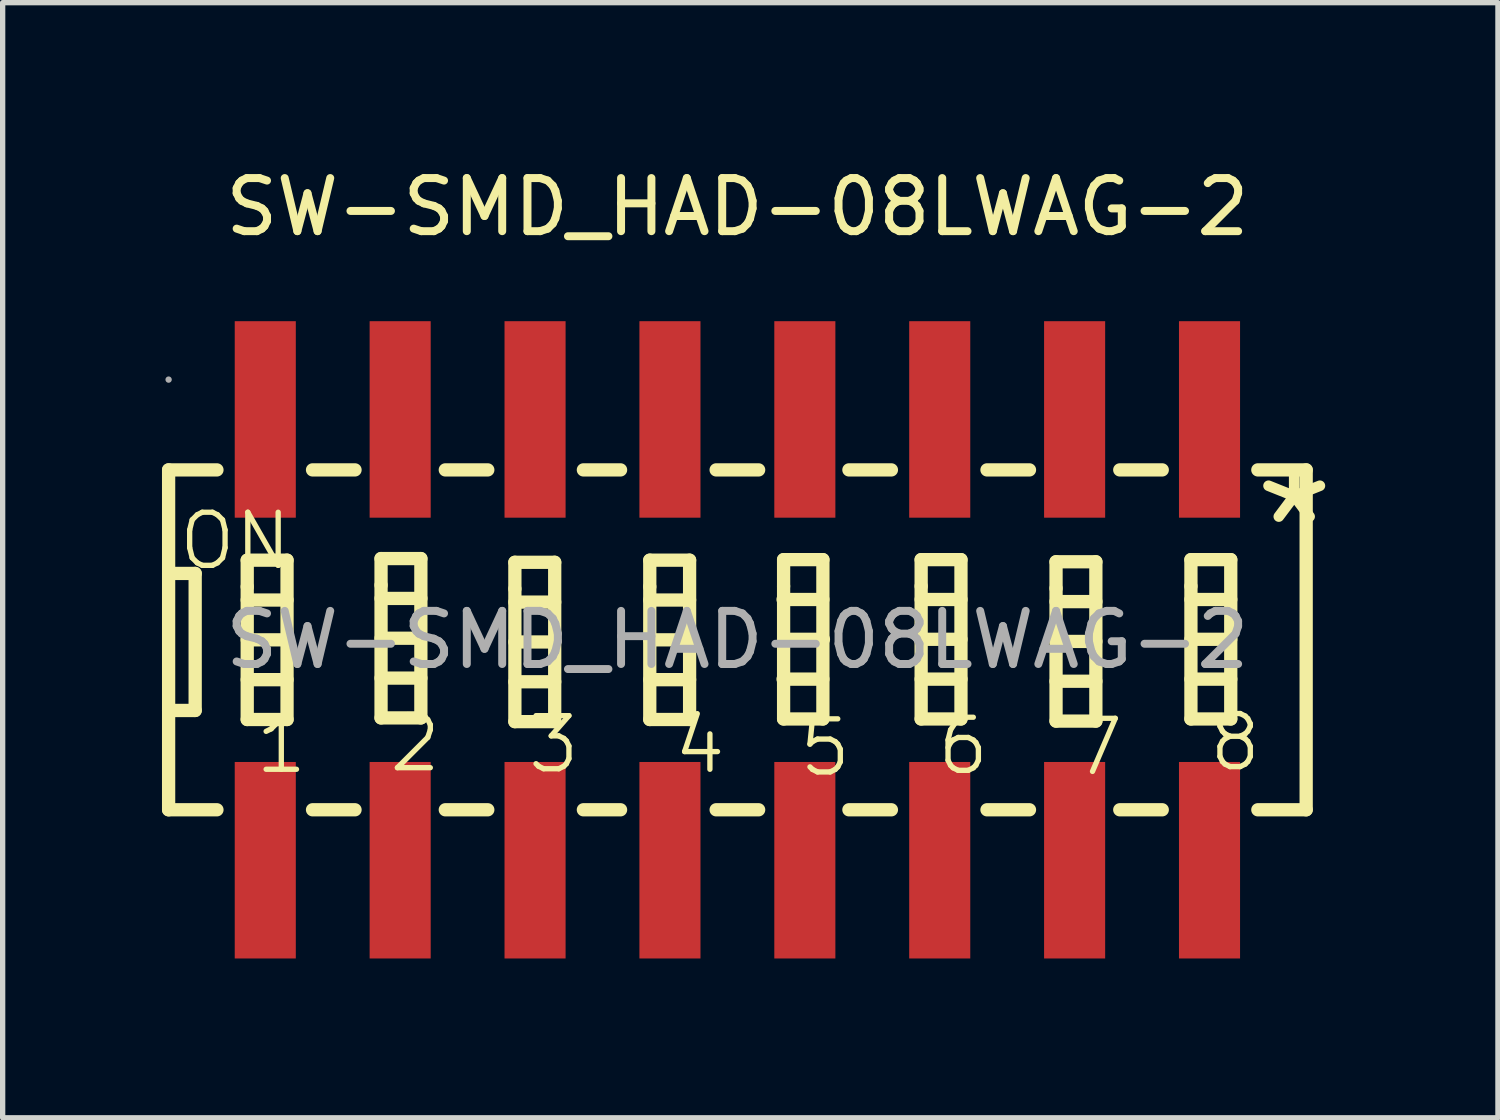
<source format=kicad_pcb>
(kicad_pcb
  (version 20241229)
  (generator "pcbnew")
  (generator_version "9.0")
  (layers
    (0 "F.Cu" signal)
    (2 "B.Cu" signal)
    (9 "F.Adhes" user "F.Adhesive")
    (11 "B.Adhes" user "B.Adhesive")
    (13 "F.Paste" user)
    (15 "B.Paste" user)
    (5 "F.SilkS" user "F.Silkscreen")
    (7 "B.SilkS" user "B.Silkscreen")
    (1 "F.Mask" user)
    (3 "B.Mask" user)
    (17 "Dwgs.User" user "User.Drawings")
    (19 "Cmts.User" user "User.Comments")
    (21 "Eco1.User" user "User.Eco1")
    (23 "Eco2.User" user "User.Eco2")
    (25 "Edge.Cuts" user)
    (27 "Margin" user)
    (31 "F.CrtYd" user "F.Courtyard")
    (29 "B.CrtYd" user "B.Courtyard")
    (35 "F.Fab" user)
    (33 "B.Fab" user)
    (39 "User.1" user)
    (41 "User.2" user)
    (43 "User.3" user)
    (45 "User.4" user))
  (footprint "SW-SMD_HAD-08LWAG-2"
    (layer "F.Cu")
    (at 10.835 8.998)
    (property "Reference" "SW-SMD_HAD-08LWAG-2" (at 0 -8.15 0) (layer "F.SilkS") (effects (font (size 1 1) (thickness 0.15))))
    (attr through_hole)
    (fp_line (start -10.71 -3.2) (end -10.71 3.2) (stroke (width 0.25) (type solid)) (layer "F.SilkS"))
    (fp_line (start -10.71 -1.25) (end -10.21 -1.25) (stroke (width 0.25) (type solid)) (layer "F.SilkS"))
    (fp_line (start -10.71 1.33) (end -10.71 1.33) (stroke (width 0.25) (type solid)) (layer "F.SilkS"))
    (fp_line (start -10.21 -1.25) (end -10.21 1.33) (stroke (width 0.25) (type solid)) (layer "F.SilkS"))
    (fp_line (start -10.21 1.33) (end -10.71 1.33) (stroke (width 0.25) (type solid)) (layer "F.SilkS"))
    (fp_line (start -9.8 -3.2) (end -10.71 -3.2) (stroke (width 0.25) (type solid)) (layer "F.SilkS"))
    (fp_line (start -9.8 3.2) (end -10.71 3.2) (stroke (width 0.25) (type solid)) (layer "F.SilkS"))
    (fp_line (start -9.23 -1.5) (end -8.48 -1.5) (stroke (width 0.25) (type solid)) (layer "F.SilkS"))
    (fp_line (start -9.23 -1) (end -9.23 -1.5) (stroke (width 0.25) (type solid)) (layer "F.SilkS"))
    (fp_line (start -9.23 -0.75) (end -8.48 -0.75) (stroke (width 0.25) (type solid)) (layer "F.SilkS"))
    (fp_line (start -9.23 0) (end -8.48 0) (stroke (width 0.25) (type solid)) (layer "F.SilkS"))
    (fp_line (start -9.23 0.75) (end -8.48 0.75) (stroke (width 0.25) (type solid)) (layer "F.SilkS"))
    (fp_line (start -9.23 1.5) (end -9.23 -1) (stroke (width 0.25) (type solid)) (layer "F.SilkS"))
    (fp_line (start -8.48 -1.5) (end -8.48 1.5) (stroke (width 0.25) (type solid)) (layer "F.SilkS"))
    (fp_line (start -8.48 1.5) (end -9.23 1.5) (stroke (width 0.25) (type solid)) (layer "F.SilkS"))
    (fp_line (start -8 -3.2) (end -7.2 -3.2) (stroke (width 0.25) (type solid)) (layer "F.SilkS"))
    (fp_line (start -8 3.2) (end -7.2 3.2) (stroke (width 0.25) (type solid)) (layer "F.SilkS"))
    (fp_line (start -6.71 -1.53) (end -5.96 -1.53) (stroke (width 0.25) (type solid)) (layer "F.SilkS"))
    (fp_line (start -6.71 -1.03) (end -6.71 -1.53) (stroke (width 0.25) (type solid)) (layer "F.SilkS"))
    (fp_line (start -6.71 -0.78) (end -5.96 -0.78) (stroke (width 0.25) (type solid)) (layer "F.SilkS"))
    (fp_line (start -6.71 -0.03) (end -5.96 -0.03) (stroke (width 0.25) (type solid)) (layer "F.SilkS"))
    (fp_line (start -6.71 0.72) (end -5.96 0.72) (stroke (width 0.25) (type solid)) (layer "F.SilkS"))
    (fp_line (start -6.71 1.47) (end -6.71 -1.03) (stroke (width 0.25) (type solid)) (layer "F.SilkS"))
    (fp_line (start -5.96 -1.53) (end -5.96 1.47) (stroke (width 0.25) (type solid)) (layer "F.SilkS"))
    (fp_line (start -5.96 1.47) (end -6.71 1.47) (stroke (width 0.25) (type solid)) (layer "F.SilkS"))
    (fp_line (start -5.5 -3.2) (end -4.7 -3.2) (stroke (width 0.25) (type solid)) (layer "F.SilkS"))
    (fp_line (start -5.5 3.2) (end -4.7 3.2) (stroke (width 0.25) (type solid)) (layer "F.SilkS"))
    (fp_line (start -4.19 -1.46) (end -3.44 -1.46) (stroke (width 0.25) (type solid)) (layer "F.SilkS"))
    (fp_line (start -4.19 -0.96) (end -4.19 -1.46) (stroke (width 0.25) (type solid)) (layer "F.SilkS"))
    (fp_line (start -4.19 -0.71) (end -3.44 -0.71) (stroke (width 0.25) (type solid)) (layer "F.SilkS"))
    (fp_line (start -4.19 0.04) (end -3.44 0.04) (stroke (width 0.25) (type solid)) (layer "F.SilkS"))
    (fp_line (start -4.19 0.79) (end -3.44 0.79) (stroke (width 0.25) (type solid)) (layer "F.SilkS"))
    (fp_line (start -4.19 1.54) (end -4.19 -0.96) (stroke (width 0.25) (type solid)) (layer "F.SilkS"))
    (fp_line (start -3.44 -1.46) (end -3.44 1.54) (stroke (width 0.25) (type solid)) (layer "F.SilkS"))
    (fp_line (start -3.44 1.54) (end -4.19 1.54) (stroke (width 0.25) (type solid)) (layer "F.SilkS"))
    (fp_line (start -2.9 -3.2) (end -2.2 -3.2) (stroke (width 0.25) (type solid)) (layer "F.SilkS"))
    (fp_line (start -2.9 3.2) (end -2.2 3.2) (stroke (width 0.25) (type solid)) (layer "F.SilkS"))
    (fp_line (start -1.65 -1.5) (end -0.9 -1.5) (stroke (width 0.25) (type solid)) (layer "F.SilkS"))
    (fp_line (start -1.65 -1) (end -1.65 -1.5) (stroke (width 0.25) (type solid)) (layer "F.SilkS"))
    (fp_line (start -1.65 -0.75) (end -0.9 -0.75) (stroke (width 0.25) (type solid)) (layer "F.SilkS"))
    (fp_line (start -1.65 0) (end -0.9 0) (stroke (width 0.25) (type solid)) (layer "F.SilkS"))
    (fp_line (start -1.65 0.75) (end -0.9 0.75) (stroke (width 0.25) (type solid)) (layer "F.SilkS"))
    (fp_line (start -1.65 1.5) (end -1.65 -1) (stroke (width 0.25) (type solid)) (layer "F.SilkS"))
    (fp_line (start -0.9 -1.5) (end -0.9 1.5) (stroke (width 0.25) (type solid)) (layer "F.SilkS"))
    (fp_line (start -0.9 1.5) (end -1.65 1.5) (stroke (width 0.25) (type solid)) (layer "F.SilkS"))
    (fp_line (start -0.4 -3.2) (end 0.4 -3.2) (stroke (width 0.25) (type solid)) (layer "F.SilkS"))
    (fp_line (start -0.4 3.2) (end 0.4 3.2) (stroke (width 0.25) (type solid)) (layer "F.SilkS"))
    (fp_line (start 0.86 -0.76) (end 1.61 -0.76) (stroke (width 0.25) (type solid)) (layer "F.SilkS"))
    (fp_line (start 0.86 0.74) (end 1.61 0.74) (stroke (width 0.25) (type solid)) (layer "F.SilkS"))
    (fp_line (start 0.87 -1.51) (end 1.61 -1.51) (stroke (width 0.25) (type solid)) (layer "F.SilkS"))
    (fp_line (start 0.87 -1.01) (end 0.87 -1.51) (stroke (width 0.25) (type solid)) (layer "F.SilkS"))
    (fp_line (start 0.87 -0.01) (end 1.62 -0.01) (stroke (width 0.25) (type solid)) (layer "F.SilkS"))
    (fp_line (start 0.87 1.49) (end 0.87 -1.01) (stroke (width 0.25) (type solid)) (layer "F.SilkS"))
    (fp_line (start 1.61 -1.51) (end 1.61 1.49) (stroke (width 0.25) (type solid)) (layer "F.SilkS"))
    (fp_line (start 1.61 1.49) (end 0.87 1.49) (stroke (width 0.25) (type solid)) (layer "F.SilkS"))
    (fp_line (start 2.1 -3.2) (end 2.9 -3.2) (stroke (width 0.25) (type solid)) (layer "F.SilkS"))
    (fp_line (start 2.1 3.2) (end 2.9 3.2) (stroke (width 0.25) (type solid)) (layer "F.SilkS"))
    (fp_line (start 3.46 -1.51) (end 4.21 -1.51) (stroke (width 0.25) (type solid)) (layer "F.SilkS"))
    (fp_line (start 3.46 -1.01) (end 3.46 -1.51) (stroke (width 0.25) (type solid)) (layer "F.SilkS"))
    (fp_line (start 3.46 -0.76) (end 4.21 -0.76) (stroke (width 0.25) (type solid)) (layer "F.SilkS"))
    (fp_line (start 3.46 -0.01) (end 4.21 -0.01) (stroke (width 0.25) (type solid)) (layer "F.SilkS"))
    (fp_line (start 3.46 0.74) (end 4.21 0.74) (stroke (width 0.25) (type solid)) (layer "F.SilkS"))
    (fp_line (start 3.46 1.49) (end 3.46 -1.01) (stroke (width 0.25) (type solid)) (layer "F.SilkS"))
    (fp_line (start 4.21 -1.51) (end 4.21 1.49) (stroke (width 0.25) (type solid)) (layer "F.SilkS"))
    (fp_line (start 4.21 1.49) (end 3.46 1.49) (stroke (width 0.25) (type solid)) (layer "F.SilkS"))
    (fp_line (start 4.7 -3.2) (end 5.5 -3.2) (stroke (width 0.25) (type solid)) (layer "F.SilkS"))
    (fp_line (start 4.7 3.2) (end 5.5 3.2) (stroke (width 0.25) (type solid)) (layer "F.SilkS"))
    (fp_line (start 6 -1.47) (end 6.75 -1.47) (stroke (width 0.25) (type solid)) (layer "F.SilkS"))
    (fp_line (start 6 -0.97) (end 6 -1.47) (stroke (width 0.25) (type solid)) (layer "F.SilkS"))
    (fp_line (start 6 -0.72) (end 6.75 -0.72) (stroke (width 0.25) (type solid)) (layer "F.SilkS"))
    (fp_line (start 6 0.03) (end 6.75 0.03) (stroke (width 0.25) (type solid)) (layer "F.SilkS"))
    (fp_line (start 6 0.78) (end 6.75 0.78) (stroke (width 0.25) (type solid)) (layer "F.SilkS"))
    (fp_line (start 6 1.53) (end 6 -0.97) (stroke (width 0.25) (type solid)) (layer "F.SilkS"))
    (fp_line (start 6.75 -1.47) (end 6.75 1.53) (stroke (width 0.25) (type solid)) (layer "F.SilkS"))
    (fp_line (start 6.75 1.53) (end 6 1.53) (stroke (width 0.25) (type solid)) (layer "F.SilkS"))
    (fp_line (start 7.2 -3.2) (end 8 -3.2) (stroke (width 0.25) (type solid)) (layer "F.SilkS"))
    (fp_line (start 7.2 3.2) (end 8 3.2) (stroke (width 0.25) (type solid)) (layer "F.SilkS"))
    (fp_line (start 8.54 -1.51) (end 9.29 -1.51) (stroke (width 0.25) (type solid)) (layer "F.SilkS"))
    (fp_line (start 8.54 -1.01) (end 8.54 -1.51) (stroke (width 0.25) (type solid)) (layer "F.SilkS"))
    (fp_line (start 8.54 -0.76) (end 9.29 -0.76) (stroke (width 0.25) (type solid)) (layer "F.SilkS"))
    (fp_line (start 8.54 -0.01) (end 9.29 -0.01) (stroke (width 0.25) (type solid)) (layer "F.SilkS"))
    (fp_line (start 8.54 0.74) (end 9.29 0.74) (stroke (width 0.25) (type solid)) (layer "F.SilkS"))
    (fp_line (start 8.54 1.49) (end 8.54 -1.01) (stroke (width 0.25) (type solid)) (layer "F.SilkS"))
    (fp_line (start 9.29 -1.51) (end 9.29 1.49) (stroke (width 0.25) (type solid)) (layer "F.SilkS"))
    (fp_line (start 9.29 1.49) (end 8.54 1.49) (stroke (width 0.25) (type solid)) (layer "F.SilkS"))
    (fp_line (start 10.71 -3.2) (end 9.8 -3.2) (stroke (width 0.25) (type solid)) (layer "F.SilkS"))
    (fp_line (start 10.71 -3.2) (end 10.71 3.2) (stroke (width 0.25) (type solid)) (layer "F.SilkS"))
    (fp_line (start 10.71 3.2) (end 9.8 3.2) (stroke (width 0.25) (type solid)) (layer "F.SilkS"))
    (fp_circle (center -10.71 -4.9) (end -10.68 -4.9) (stroke (width 0.06) (type solid)) (fill no) (layer "F.Fab"))
    (fp_text user "*" (at 9.58 -2.09 0) (layer "F.SilkS") (effects (font (size 2.03 2.03) (thickness 0.2)) (justify left)))
    (fp_text user "6" (at 3.71 2 0) (layer "F.SilkS") (effects (font (size 1 1) (thickness 0.1)) (justify left)))
    (fp_text user "4" (at -1.25 1.98 0) (layer "F.SilkS") (effects (font (size 1 1) (thickness 0.1)) (justify left)))
    (fp_text user "8" (at 8.83 1.93 0) (layer "F.SilkS") (effects (font (size 1 1) (thickness 0.1)) (justify left)))
    (fp_text user "1" (at -9.13 1.98 0) (layer "F.SilkS") (effects (font (size 1 1) (thickness 0.1)) (justify left)))
    (fp_text user "3" (at -4 1.97 0) (layer "F.SilkS") (effects (font (size 1 1) (thickness 0.1)) (justify left)))
    (fp_text user "7" (at 6.24 2.02 0) (layer "F.SilkS") (effects (font (size 1 1) (thickness 0.1)) (justify left)))
    (fp_text user "5" (at 1.11 2.03 0) (layer "F.SilkS") (effects (font (size 1 1) (thickness 0.1)) (justify left)))
    (fp_text user "2" (at -6.61 1.95 0) (layer "F.SilkS") (effects (font (size 1 1) (thickness 0.1)) (justify left)))
    (fp_text user "ON" (at -10.57 -1.86 0) (layer "F.SilkS") (effects (font (size 1 1) (thickness 0.1)) (justify left)))
    (fp_text user "${REFERENCE}" (at 0 0 0) (layer "F.Fab") (effects (font (size 1 1) (thickness 0.15))))
    (pad "1" smd rect (at -8.89 4.15) (size 1.15 3.7) (layers "F.Cu" "F.Mask" "F.Paste"))
    (pad "2" smd rect (at -6.35 4.15) (size 1.15 3.7) (layers "F.Cu" "F.Mask" "F.Paste"))
    (pad "3" smd rect (at -3.81 4.15) (size 1.15 3.7) (layers "F.Cu" "F.Mask" "F.Paste"))
    (pad "4" smd rect (at -1.27 4.15) (size 1.15 3.7) (layers "F.Cu" "F.Mask" "F.Paste"))
    (pad "5" smd rect (at 1.27 4.15 180) (size 1.15 3.7) (layers "F.Cu" "F.Mask" "F.Paste"))
    (pad "6" smd rect (at 3.81 4.15 180) (size 1.15 3.7) (layers "F.Cu" "F.Mask" "F.Paste"))
    (pad "7" smd rect (at 6.35 4.15 180) (size 1.15 3.7) (layers "F.Cu" "F.Mask" "F.Paste"))
    (pad "8" smd rect (at 8.89 4.15 180) (size 1.15 3.7) (layers "F.Cu" "F.Mask" "F.Paste"))
    (pad "9" smd rect (at 8.89 -4.15 180) (size 1.15 3.7) (layers "F.Cu" "F.Mask" "F.Paste"))
    (pad "10" smd rect (at 6.35 -4.15 180) (size 1.15 3.7) (layers "F.Cu" "F.Mask" "F.Paste"))
    (pad "11" smd rect (at 3.81 -4.15 180) (size 1.15 3.7) (layers "F.Cu" "F.Mask" "F.Paste"))
    (pad "12" smd rect (at 1.27 -4.15 180) (size 1.15 3.7) (layers "F.Cu" "F.Mask" "F.Paste"))
    (pad "13" smd rect (at -1.27 -4.15 180) (size 1.15 3.7) (layers "F.Cu" "F.Mask" "F.Paste"))
    (pad "14" smd rect (at -3.81 -4.15 180) (size 1.15 3.7) (layers "F.Cu" "F.Mask" "F.Paste"))
    (pad "15" smd rect (at -6.35 -4.15 180) (size 1.15 3.7) (layers "F.Cu" "F.Mask" "F.Paste"))
    (pad "16" smd rect (at -8.89 -4.15 180) (size 1.15 3.7) (layers "F.Cu" "F.Mask" "F.Paste")))
  (gr_rect
    (start -3 -3)
    (end 25.156 17.998)
    (stroke (width 0.1) (type default))
    (fill no)
    (layer "Edge.Cuts")))
</source>
